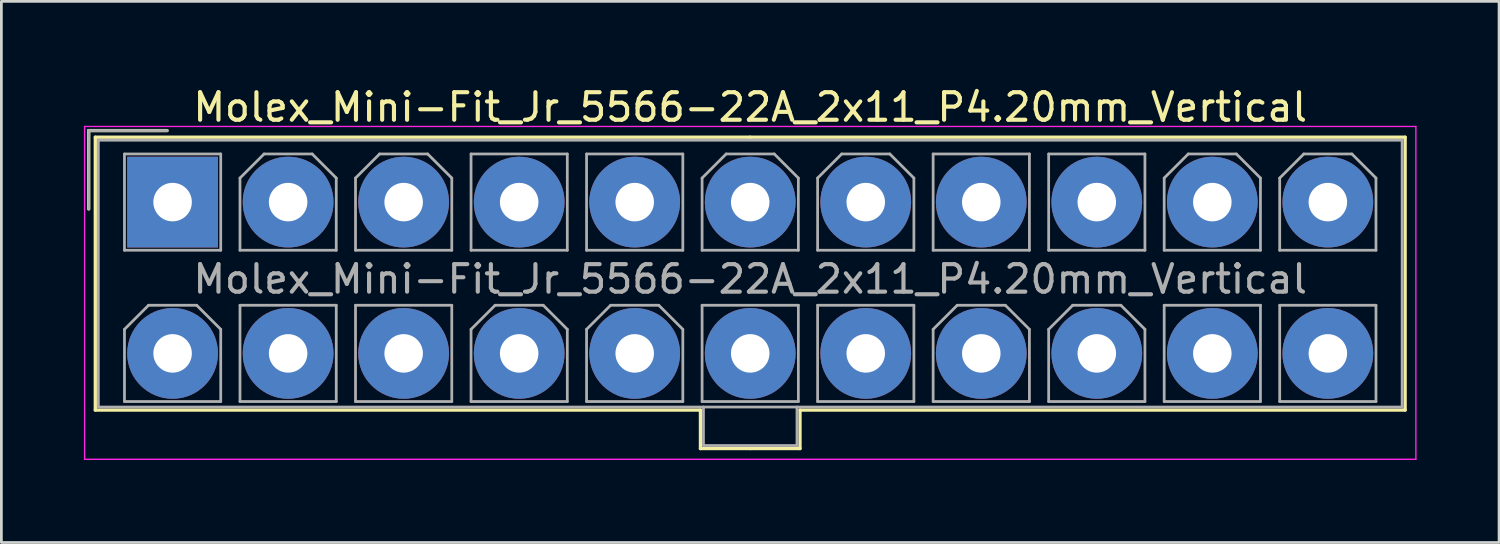
<source format=kicad_pcb>
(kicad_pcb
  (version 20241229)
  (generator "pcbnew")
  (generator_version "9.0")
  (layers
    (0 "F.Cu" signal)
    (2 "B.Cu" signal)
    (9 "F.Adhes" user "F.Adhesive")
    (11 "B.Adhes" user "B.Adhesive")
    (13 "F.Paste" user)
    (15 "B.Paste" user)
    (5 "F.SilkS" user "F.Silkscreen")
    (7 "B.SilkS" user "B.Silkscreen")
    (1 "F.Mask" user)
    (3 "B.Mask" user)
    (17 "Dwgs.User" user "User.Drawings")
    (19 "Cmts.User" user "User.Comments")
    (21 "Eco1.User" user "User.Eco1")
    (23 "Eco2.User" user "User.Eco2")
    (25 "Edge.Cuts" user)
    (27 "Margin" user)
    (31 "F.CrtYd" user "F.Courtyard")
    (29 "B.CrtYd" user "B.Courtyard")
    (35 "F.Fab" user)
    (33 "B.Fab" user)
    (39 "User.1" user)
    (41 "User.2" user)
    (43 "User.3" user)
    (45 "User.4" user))
  (footprint "Molex_Mini-Fit_Jr_5566-22A_2x11_P4.20mm_Vertical"
    (layer "F.Cu")
    (at 3.225 4.298)
    (property "Reference" "Molex_Mini-Fit_Jr_5566-22A_2x11_P4.20mm_Vertical" (at 21 -3.45 0) (layer "F.SilkS") (effects (font (size 1 1) (thickness 0.15))))
    (attr through_hole)
    (fp_line (start -3.05 -2.6) (end -3.05 0.25) (stroke (width 0.12) (type solid)) (layer "F.SilkS"))
    (fp_line (start -2.81 -2.36) (end -2.81 7.56) (stroke (width 0.12) (type solid)) (layer "F.SilkS"))
    (fp_line (start -2.81 7.56) (end 19.19 7.56) (stroke (width 0.12) (type solid)) (layer "F.SilkS"))
    (fp_line (start -0.2 -2.6) (end -3.05 -2.6) (stroke (width 0.12) (type solid)) (layer "F.SilkS"))
    (fp_line (start 19.19 7.56) (end 19.19 8.96) (stroke (width 0.12) (type solid)) (layer "F.SilkS"))
    (fp_line (start 19.19 8.96) (end 21 8.96) (stroke (width 0.12) (type solid)) (layer "F.SilkS"))
    (fp_line (start 21 -2.36) (end -2.81 -2.36) (stroke (width 0.12) (type solid)) (layer "F.SilkS"))
    (fp_line (start 21 -2.36) (end 44.81 -2.36) (stroke (width 0.12) (type solid)) (layer "F.SilkS"))
    (fp_line (start 22.81 7.56) (end 22.81 8.96) (stroke (width 0.12) (type solid)) (layer "F.SilkS"))
    (fp_line (start 22.81 8.96) (end 21 8.96) (stroke (width 0.12) (type solid)) (layer "F.SilkS"))
    (fp_line (start 44.81 -2.36) (end 44.81 7.56) (stroke (width 0.12) (type solid)) (layer "F.SilkS"))
    (fp_line (start 44.81 7.56) (end 22.81 7.56) (stroke (width 0.12) (type solid)) (layer "F.SilkS"))
    (fp_line (start -3.2 -2.75) (end -3.2 9.35) (stroke (width 0.05) (type solid)) (layer "F.CrtYd"))
    (fp_line (start -3.2 9.35) (end 45.2 9.35) (stroke (width 0.05) (type solid)) (layer "F.CrtYd"))
    (fp_line (start 45.2 -2.75) (end -3.2 -2.75) (stroke (width 0.05) (type solid)) (layer "F.CrtYd"))
    (fp_line (start 45.2 9.35) (end 45.2 -2.75) (stroke (width 0.05) (type solid)) (layer "F.CrtYd"))
    (fp_line (start -3.05 -2.6) (end -3.05 0.25) (stroke (width 0.1) (type solid)) (layer "F.Fab"))
    (fp_line (start -2.7 -2.25) (end -2.7 7.45) (stroke (width 0.1) (type solid)) (layer "F.Fab"))
    (fp_line (start -2.7 7.45) (end 44.7 7.45) (stroke (width 0.1) (type solid)) (layer "F.Fab"))
    (fp_line (start -1.75 -1.75) (end -1.75 1.75) (stroke (width 0.1) (type solid)) (layer "F.Fab"))
    (fp_line (start -1.75 1.75) (end 1.75 1.75) (stroke (width 0.1) (type solid)) (layer "F.Fab"))
    (fp_line (start -1.75 4.625) (end -0.875 3.75) (stroke (width 0.1) (type solid)) (layer "F.Fab"))
    (fp_line (start -1.75 7.25) (end -1.75 4.625) (stroke (width 0.1) (type solid)) (layer "F.Fab"))
    (fp_line (start -0.875 3.75) (end 0.875 3.75) (stroke (width 0.1) (type solid)) (layer "F.Fab"))
    (fp_line (start -0.2 -2.6) (end -3.05 -2.6) (stroke (width 0.1) (type solid)) (layer "F.Fab"))
    (fp_line (start 0.875 3.75) (end 1.75 4.625) (stroke (width 0.1) (type solid)) (layer "F.Fab"))
    (fp_line (start 1.75 -1.75) (end -1.75 -1.75) (stroke (width 0.1) (type solid)) (layer "F.Fab"))
    (fp_line (start 1.75 1.75) (end 1.75 -1.75) (stroke (width 0.1) (type solid)) (layer "F.Fab"))
    (fp_line (start 1.75 4.625) (end 1.75 7.25) (stroke (width 0.1) (type solid)) (layer "F.Fab"))
    (fp_line (start 1.75 7.25) (end -1.75 7.25) (stroke (width 0.1) (type solid)) (layer "F.Fab"))
    (fp_line (start 2.45 -0.875) (end 3.325 -1.75) (stroke (width 0.1) (type solid)) (layer "F.Fab"))
    (fp_line (start 2.45 1.75) (end 2.45 -0.875) (stroke (width 0.1) (type solid)) (layer "F.Fab"))
    (fp_line (start 2.45 3.75) (end 2.45 7.25) (stroke (width 0.1) (type solid)) (layer "F.Fab"))
    (fp_line (start 2.45 7.25) (end 5.95 7.25) (stroke (width 0.1) (type solid)) (layer "F.Fab"))
    (fp_line (start 3.325 -1.75) (end 5.075 -1.75) (stroke (width 0.1) (type solid)) (layer "F.Fab"))
    (fp_line (start 5.075 -1.75) (end 5.95 -0.875) (stroke (width 0.1) (type solid)) (layer "F.Fab"))
    (fp_line (start 5.95 -0.875) (end 5.95 1.75) (stroke (width 0.1) (type solid)) (layer "F.Fab"))
    (fp_line (start 5.95 1.75) (end 2.45 1.75) (stroke (width 0.1) (type solid)) (layer "F.Fab"))
    (fp_line (start 5.95 3.75) (end 2.45 3.75) (stroke (width 0.1) (type solid)) (layer "F.Fab"))
    (fp_line (start 5.95 7.25) (end 5.95 3.75) (stroke (width 0.1) (type solid)) (layer "F.Fab"))
    (fp_line (start 6.65 -0.875) (end 7.525 -1.75) (stroke (width 0.1) (type solid)) (layer "F.Fab"))
    (fp_line (start 6.65 1.75) (end 6.65 -0.875) (stroke (width 0.1) (type solid)) (layer "F.Fab"))
    (fp_line (start 6.65 3.75) (end 6.65 7.25) (stroke (width 0.1) (type solid)) (layer "F.Fab"))
    (fp_line (start 6.65 7.25) (end 10.15 7.25) (stroke (width 0.1) (type solid)) (layer "F.Fab"))
    (fp_line (start 7.525 -1.75) (end 9.275 -1.75) (stroke (width 0.1) (type solid)) (layer "F.Fab"))
    (fp_line (start 9.275 -1.75) (end 10.15 -0.875) (stroke (width 0.1) (type solid)) (layer "F.Fab"))
    (fp_line (start 10.15 -0.875) (end 10.15 1.75) (stroke (width 0.1) (type solid)) (layer "F.Fab"))
    (fp_line (start 10.15 1.75) (end 6.65 1.75) (stroke (width 0.1) (type solid)) (layer "F.Fab"))
    (fp_line (start 10.15 3.75) (end 6.65 3.75) (stroke (width 0.1) (type solid)) (layer "F.Fab"))
    (fp_line (start 10.15 7.25) (end 10.15 3.75) (stroke (width 0.1) (type solid)) (layer "F.Fab"))
    (fp_line (start 10.85 -1.75) (end 10.85 1.75) (stroke (width 0.1) (type solid)) (layer "F.Fab"))
    (fp_line (start 10.85 1.75) (end 14.35 1.75) (stroke (width 0.1) (type solid)) (layer "F.Fab"))
    (fp_line (start 10.85 4.625) (end 11.725 3.75) (stroke (width 0.1) (type solid)) (layer "F.Fab"))
    (fp_line (start 10.85 7.25) (end 10.85 4.625) (stroke (width 0.1) (type solid)) (layer "F.Fab"))
    (fp_line (start 11.725 3.75) (end 13.475 3.75) (stroke (width 0.1) (type solid)) (layer "F.Fab"))
    (fp_line (start 13.475 3.75) (end 14.35 4.625) (stroke (width 0.1) (type solid)) (layer "F.Fab"))
    (fp_line (start 14.35 -1.75) (end 10.85 -1.75) (stroke (width 0.1) (type solid)) (layer "F.Fab"))
    (fp_line (start 14.35 1.75) (end 14.35 -1.75) (stroke (width 0.1) (type solid)) (layer "F.Fab"))
    (fp_line (start 14.35 4.625) (end 14.35 7.25) (stroke (width 0.1) (type solid)) (layer "F.Fab"))
    (fp_line (start 14.35 7.25) (end 10.85 7.25) (stroke (width 0.1) (type solid)) (layer "F.Fab"))
    (fp_line (start 15.05 -1.75) (end 15.05 1.75) (stroke (width 0.1) (type solid)) (layer "F.Fab"))
    (fp_line (start 15.05 1.75) (end 18.55 1.75) (stroke (width 0.1) (type solid)) (layer "F.Fab"))
    (fp_line (start 15.05 4.625) (end 15.925 3.75) (stroke (width 0.1) (type solid)) (layer "F.Fab"))
    (fp_line (start 15.05 7.25) (end 15.05 4.625) (stroke (width 0.1) (type solid)) (layer "F.Fab"))
    (fp_line (start 15.925 3.75) (end 17.675 3.75) (stroke (width 0.1) (type solid)) (layer "F.Fab"))
    (fp_line (start 17.675 3.75) (end 18.55 4.625) (stroke (width 0.1) (type solid)) (layer "F.Fab"))
    (fp_line (start 18.55 -1.75) (end 15.05 -1.75) (stroke (width 0.1) (type solid)) (layer "F.Fab"))
    (fp_line (start 18.55 1.75) (end 18.55 -1.75) (stroke (width 0.1) (type solid)) (layer "F.Fab"))
    (fp_line (start 18.55 4.625) (end 18.55 7.25) (stroke (width 0.1) (type solid)) (layer "F.Fab"))
    (fp_line (start 18.55 7.25) (end 15.05 7.25) (stroke (width 0.1) (type solid)) (layer "F.Fab"))
    (fp_line (start 19.25 -0.875) (end 20.125 -1.75) (stroke (width 0.1) (type solid)) (layer "F.Fab"))
    (fp_line (start 19.25 1.75) (end 19.25 -0.875) (stroke (width 0.1) (type solid)) (layer "F.Fab"))
    (fp_line (start 19.25 3.75) (end 19.25 7.25) (stroke (width 0.1) (type solid)) (layer "F.Fab"))
    (fp_line (start 19.25 7.25) (end 22.75 7.25) (stroke (width 0.1) (type solid)) (layer "F.Fab"))
    (fp_line (start 19.3 7.45) (end 19.3 8.85) (stroke (width 0.1) (type solid)) (layer "F.Fab"))
    (fp_line (start 19.3 8.85) (end 22.7 8.85) (stroke (width 0.1) (type solid)) (layer "F.Fab"))
    (fp_line (start 20.125 -1.75) (end 21.875 -1.75) (stroke (width 0.1) (type solid)) (layer "F.Fab"))
    (fp_line (start 21.875 -1.75) (end 22.75 -0.875) (stroke (width 0.1) (type solid)) (layer "F.Fab"))
    (fp_line (start 22.7 8.85) (end 22.7 7.45) (stroke (width 0.1) (type solid)) (layer "F.Fab"))
    (fp_line (start 22.75 -0.875) (end 22.75 1.75) (stroke (width 0.1) (type solid)) (layer "F.Fab"))
    (fp_line (start 22.75 1.75) (end 19.25 1.75) (stroke (width 0.1) (type solid)) (layer "F.Fab"))
    (fp_line (start 22.75 3.75) (end 19.25 3.75) (stroke (width 0.1) (type solid)) (layer "F.Fab"))
    (fp_line (start 22.75 7.25) (end 22.75 3.75) (stroke (width 0.1) (type solid)) (layer "F.Fab"))
    (fp_line (start 23.45 -0.875) (end 24.325 -1.75) (stroke (width 0.1) (type solid)) (layer "F.Fab"))
    (fp_line (start 23.45 1.75) (end 23.45 -0.875) (stroke (width 0.1) (type solid)) (layer "F.Fab"))
    (fp_line (start 23.45 3.75) (end 23.45 7.25) (stroke (width 0.1) (type solid)) (layer "F.Fab"))
    (fp_line (start 23.45 7.25) (end 26.95 7.25) (stroke (width 0.1) (type solid)) (layer "F.Fab"))
    (fp_line (start 24.325 -1.75) (end 26.075 -1.75) (stroke (width 0.1) (type solid)) (layer "F.Fab"))
    (fp_line (start 26.075 -1.75) (end 26.95 -0.875) (stroke (width 0.1) (type solid)) (layer "F.Fab"))
    (fp_line (start 26.95 -0.875) (end 26.95 1.75) (stroke (width 0.1) (type solid)) (layer "F.Fab"))
    (fp_line (start 26.95 1.75) (end 23.45 1.75) (stroke (width 0.1) (type solid)) (layer "F.Fab"))
    (fp_line (start 26.95 3.75) (end 23.45 3.75) (stroke (width 0.1) (type solid)) (layer "F.Fab"))
    (fp_line (start 26.95 7.25) (end 26.95 3.75) (stroke (width 0.1) (type solid)) (layer "F.Fab"))
    (fp_line (start 27.65 -1.75) (end 27.65 1.75) (stroke (width 0.1) (type solid)) (layer "F.Fab"))
    (fp_line (start 27.65 1.75) (end 31.15 1.75) (stroke (width 0.1) (type solid)) (layer "F.Fab"))
    (fp_line (start 27.65 4.625) (end 28.525 3.75) (stroke (width 0.1) (type solid)) (layer "F.Fab"))
    (fp_line (start 27.65 7.25) (end 27.65 4.625) (stroke (width 0.1) (type solid)) (layer "F.Fab"))
    (fp_line (start 28.525 3.75) (end 30.275 3.75) (stroke (width 0.1) (type solid)) (layer "F.Fab"))
    (fp_line (start 30.275 3.75) (end 31.15 4.625) (stroke (width 0.1) (type solid)) (layer "F.Fab"))
    (fp_line (start 31.15 -1.75) (end 27.65 -1.75) (stroke (width 0.1) (type solid)) (layer "F.Fab"))
    (fp_line (start 31.15 1.75) (end 31.15 -1.75) (stroke (width 0.1) (type solid)) (layer "F.Fab"))
    (fp_line (start 31.15 4.625) (end 31.15 7.25) (stroke (width 0.1) (type solid)) (layer "F.Fab"))
    (fp_line (start 31.15 7.25) (end 27.65 7.25) (stroke (width 0.1) (type solid)) (layer "F.Fab"))
    (fp_line (start 31.85 -1.75) (end 31.85 1.75) (stroke (width 0.1) (type solid)) (layer "F.Fab"))
    (fp_line (start 31.85 1.75) (end 35.35 1.75) (stroke (width 0.1) (type solid)) (layer "F.Fab"))
    (fp_line (start 31.85 4.625) (end 32.725 3.75) (stroke (width 0.1) (type solid)) (layer "F.Fab"))
    (fp_line (start 31.85 7.25) (end 31.85 4.625) (stroke (width 0.1) (type solid)) (layer "F.Fab"))
    (fp_line (start 32.725 3.75) (end 34.475 3.75) (stroke (width 0.1) (type solid)) (layer "F.Fab"))
    (fp_line (start 34.475 3.75) (end 35.35 4.625) (stroke (width 0.1) (type solid)) (layer "F.Fab"))
    (fp_line (start 35.35 -1.75) (end 31.85 -1.75) (stroke (width 0.1) (type solid)) (layer "F.Fab"))
    (fp_line (start 35.35 1.75) (end 35.35 -1.75) (stroke (width 0.1) (type solid)) (layer "F.Fab"))
    (fp_line (start 35.35 4.625) (end 35.35 7.25) (stroke (width 0.1) (type solid)) (layer "F.Fab"))
    (fp_line (start 35.35 7.25) (end 31.85 7.25) (stroke (width 0.1) (type solid)) (layer "F.Fab"))
    (fp_line (start 36.05 -0.875) (end 36.925 -1.75) (stroke (width 0.1) (type solid)) (layer "F.Fab"))
    (fp_line (start 36.05 1.75) (end 36.05 -0.875) (stroke (width 0.1) (type solid)) (layer "F.Fab"))
    (fp_line (start 36.05 3.75) (end 36.05 7.25) (stroke (width 0.1) (type solid)) (layer "F.Fab"))
    (fp_line (start 36.05 7.25) (end 39.55 7.25) (stroke (width 0.1) (type solid)) (layer "F.Fab"))
    (fp_line (start 36.925 -1.75) (end 38.675 -1.75) (stroke (width 0.1) (type solid)) (layer "F.Fab"))
    (fp_line (start 38.675 -1.75) (end 39.55 -0.875) (stroke (width 0.1) (type solid)) (layer "F.Fab"))
    (fp_line (start 39.55 -0.875) (end 39.55 1.75) (stroke (width 0.1) (type solid)) (layer "F.Fab"))
    (fp_line (start 39.55 1.75) (end 36.05 1.75) (stroke (width 0.1) (type solid)) (layer "F.Fab"))
    (fp_line (start 39.55 3.75) (end 36.05 3.75) (stroke (width 0.1) (type solid)) (layer "F.Fab"))
    (fp_line (start 39.55 7.25) (end 39.55 3.75) (stroke (width 0.1) (type solid)) (layer "F.Fab"))
    (fp_line (start 40.25 -0.875) (end 41.125 -1.75) (stroke (width 0.1) (type solid)) (layer "F.Fab"))
    (fp_line (start 40.25 1.75) (end 40.25 -0.875) (stroke (width 0.1) (type solid)) (layer "F.Fab"))
    (fp_line (start 40.25 3.75) (end 40.25 7.25) (stroke (width 0.1) (type solid)) (layer "F.Fab"))
    (fp_line (start 40.25 7.25) (end 43.75 7.25) (stroke (width 0.1) (type solid)) (layer "F.Fab"))
    (fp_line (start 41.125 -1.75) (end 42.875 -1.75) (stroke (width 0.1) (type solid)) (layer "F.Fab"))
    (fp_line (start 42.875 -1.75) (end 43.75 -0.875) (stroke (width 0.1) (type solid)) (layer "F.Fab"))
    (fp_line (start 43.75 -0.875) (end 43.75 1.75) (stroke (width 0.1) (type solid)) (layer "F.Fab"))
    (fp_line (start 43.75 1.75) (end 40.25 1.75) (stroke (width 0.1) (type solid)) (layer "F.Fab"))
    (fp_line (start 43.75 3.75) (end 40.25 3.75) (stroke (width 0.1) (type solid)) (layer "F.Fab"))
    (fp_line (start 43.75 7.25) (end 43.75 3.75) (stroke (width 0.1) (type solid)) (layer "F.Fab"))
    (fp_line (start 44.7 -2.25) (end -2.7 -2.25) (stroke (width 0.1) (type solid)) (layer "F.Fab"))
    (fp_line (start 44.7 7.45) (end 44.7 -2.25) (stroke (width 0.1) (type solid)) (layer "F.Fab"))
    (fp_text user "${REFERENCE}" (at 21 2.8 0) (layer "F.Fab") (effects (font (size 1 1) (thickness 0.15))))
    (pad "1" thru_hole rect (at 0 0) (size 3.3 3.3) (drill 1.4) (layers "*.Cu" "*.Mask"))
    (pad "2" thru_hole circle (at 4.2 0) (size 3.3 3.3) (drill 1.4) (layers "*.Cu" "*.Mask"))
    (pad "3" thru_hole circle (at 8.4 0) (size 3.3 3.3) (drill 1.4) (layers "*.Cu" "*.Mask"))
    (pad "4" thru_hole circle (at 12.6 0) (size 3.3 3.3) (drill 1.4) (layers "*.Cu" "*.Mask"))
    (pad "5" thru_hole circle (at 16.8 0) (size 3.3 3.3) (drill 1.4) (layers "*.Cu" "*.Mask"))
    (pad "6" thru_hole circle (at 21 0) (size 3.3 3.3) (drill 1.4) (layers "*.Cu" "*.Mask"))
    (pad "7" thru_hole circle (at 25.2 0) (size 3.3 3.3) (drill 1.4) (layers "*.Cu" "*.Mask"))
    (pad "8" thru_hole circle (at 29.4 0) (size 3.3 3.3) (drill 1.4) (layers "*.Cu" "*.Mask"))
    (pad "9" thru_hole circle (at 33.6 0) (size 3.3 3.3) (drill 1.4) (layers "*.Cu" "*.Mask"))
    (pad "10" thru_hole circle (at 37.8 0) (size 3.3 3.3) (drill 1.4) (layers "*.Cu" "*.Mask"))
    (pad "11" thru_hole circle (at 42 0) (size 3.3 3.3) (drill 1.4) (layers "*.Cu" "*.Mask"))
    (pad "12" thru_hole circle (at 0 5.5) (size 3.3 3.3) (drill 1.4) (layers "*.Cu" "*.Mask"))
    (pad "13" thru_hole circle (at 4.2 5.5) (size 3.3 3.3) (drill 1.4) (layers "*.Cu" "*.Mask"))
    (pad "14" thru_hole circle (at 8.4 5.5) (size 3.3 3.3) (drill 1.4) (layers "*.Cu" "*.Mask"))
    (pad "15" thru_hole circle (at 12.6 5.5) (size 3.3 3.3) (drill 1.4) (layers "*.Cu" "*.Mask"))
    (pad "16" thru_hole circle (at 16.8 5.5) (size 3.3 3.3) (drill 1.4) (layers "*.Cu" "*.Mask"))
    (pad "17" thru_hole circle (at 21 5.5) (size 3.3 3.3) (drill 1.4) (layers "*.Cu" "*.Mask"))
    (pad "18" thru_hole circle (at 25.2 5.5) (size 3.3 3.3) (drill 1.4) (layers "*.Cu" "*.Mask"))
    (pad "19" thru_hole circle (at 29.4 5.5) (size 3.3 3.3) (drill 1.4) (layers "*.Cu" "*.Mask"))
    (pad "20" thru_hole circle (at 33.6 5.5) (size 3.3 3.3) (drill 1.4) (layers "*.Cu" "*.Mask"))
    (pad "21" thru_hole circle (at 37.8 5.5) (size 3.3 3.3) (drill 1.4) (layers "*.Cu" "*.Mask"))
    (pad "22" thru_hole circle (at 42 5.5) (size 3.3 3.3) (drill 1.4) (layers "*.Cu" "*.Mask")))
  (gr_rect
    (start -3 -3)
    (end 51.45 16.673)
    (stroke (width 0.1) (type default))
    (fill no)
    (layer "Edge.Cuts")))
</source>
